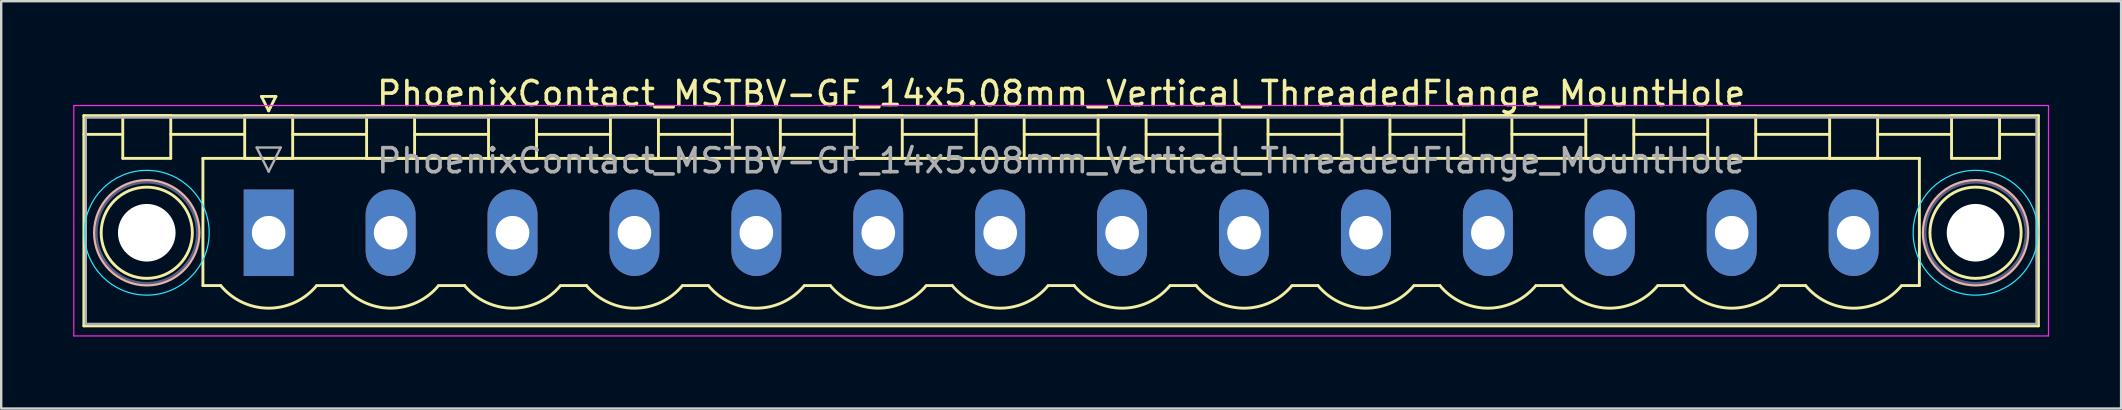
<source format=kicad_pcb>
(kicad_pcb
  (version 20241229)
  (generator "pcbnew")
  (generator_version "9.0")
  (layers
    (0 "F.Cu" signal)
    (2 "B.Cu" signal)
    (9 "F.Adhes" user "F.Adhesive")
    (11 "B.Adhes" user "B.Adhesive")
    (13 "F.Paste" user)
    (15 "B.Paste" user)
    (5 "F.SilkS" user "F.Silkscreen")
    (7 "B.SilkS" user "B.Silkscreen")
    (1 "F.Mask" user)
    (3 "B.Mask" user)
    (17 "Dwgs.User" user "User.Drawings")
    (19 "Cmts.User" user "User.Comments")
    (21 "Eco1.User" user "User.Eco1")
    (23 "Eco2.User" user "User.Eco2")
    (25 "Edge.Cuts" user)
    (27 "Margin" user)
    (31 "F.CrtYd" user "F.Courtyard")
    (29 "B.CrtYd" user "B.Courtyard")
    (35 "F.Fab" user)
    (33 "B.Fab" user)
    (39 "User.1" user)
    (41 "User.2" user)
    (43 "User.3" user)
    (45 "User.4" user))
  (footprint "PhoenixContact_MSTBV-GF_14x5.08mm_Vertical_ThreadedFlange_MountHole"
    (layer "F.Cu")
    (at 8.145 6.648)
    (property "Reference" "PhoenixContact_MSTBV-GF_14x5.08mm_Vertical_ThreadedFlange_MountHole" (at 33.02 -5.8 0) (layer "F.SilkS") (effects (font (size 1 1) (thickness 0.15))))
    (attr through_hole)
    (fp_line (start -7.7 -4.88) (end -7.7 3.88) (stroke (width 0.12) (type solid)) (layer "F.SilkS"))
    (fp_line (start -7.7 -4.1) (end -6.16 -4.1) (stroke (width 0.12) (type solid)) (layer "F.SilkS"))
    (fp_line (start -7.7 3.88) (end 73.74 3.88) (stroke (width 0.12) (type solid)) (layer "F.SilkS"))
    (fp_line (start -6.08 -4.88) (end -4.08 -4.88) (stroke (width 0.12) (type solid)) (layer "F.SilkS"))
    (fp_line (start -6.08 -3.1) (end -6.08 -4.88) (stroke (width 0.12) (type solid)) (layer "F.SilkS"))
    (fp_line (start -4.08 -4.88) (end -4.08 -3.1) (stroke (width 0.12) (type solid)) (layer "F.SilkS"))
    (fp_line (start -4.08 -4.1) (end -1 -4.1) (stroke (width 0.12) (type solid)) (layer "F.SilkS"))
    (fp_line (start -4.08 -3.1) (end -6.08 -3.1) (stroke (width 0.12) (type solid)) (layer "F.SilkS"))
    (fp_line (start -2.74 -3.1) (end 68.78 -3.1) (stroke (width 0.12) (type solid)) (layer "F.SilkS"))
    (fp_line (start -2.74 2.2) (end -2.74 -3.1) (stroke (width 0.12) (type solid)) (layer "F.SilkS"))
    (fp_line (start -2 2.2) (end -2.74 2.2) (stroke (width 0.12) (type solid)) (layer "F.SilkS"))
    (fp_line (start -1 -4.88) (end 1 -4.88) (stroke (width 0.12) (type solid)) (layer "F.SilkS"))
    (fp_line (start -1 -3.1) (end -1 -4.88) (stroke (width 0.12) (type solid)) (layer "F.SilkS"))
    (fp_line (start -0.3 -5.68) (end 0.3 -5.68) (stroke (width 0.12) (type solid)) (layer "F.SilkS"))
    (fp_line (start 0 -5.08) (end -0.3 -5.68) (stroke (width 0.12) (type solid)) (layer "F.SilkS"))
    (fp_line (start 0.3 -5.68) (end 0 -5.08) (stroke (width 0.12) (type solid)) (layer "F.SilkS"))
    (fp_line (start 1 -4.88) (end 1 -3.1) (stroke (width 0.12) (type solid)) (layer "F.SilkS"))
    (fp_line (start 1 -4.1) (end 4.08 -4.1) (stroke (width 0.12) (type solid)) (layer "F.SilkS"))
    (fp_line (start 1 -3.1) (end -1 -3.1) (stroke (width 0.12) (type solid)) (layer "F.SilkS"))
    (fp_line (start 2 2.2) (end 3.08 2.2) (stroke (width 0.12) (type solid)) (layer "F.SilkS"))
    (fp_line (start 4.08 -4.88) (end 6.08 -4.88) (stroke (width 0.12) (type solid)) (layer "F.SilkS"))
    (fp_line (start 4.08 -3.1) (end 4.08 -4.88) (stroke (width 0.12) (type solid)) (layer "F.SilkS"))
    (fp_line (start 6.08 -4.88) (end 6.08 -3.1) (stroke (width 0.12) (type solid)) (layer "F.SilkS"))
    (fp_line (start 6.08 -4.1) (end 9.16 -4.1) (stroke (width 0.12) (type solid)) (layer "F.SilkS"))
    (fp_line (start 6.08 -3.1) (end 4.08 -3.1) (stroke (width 0.12) (type solid)) (layer "F.SilkS"))
    (fp_line (start 7.08 2.2) (end 8.16 2.2) (stroke (width 0.12) (type solid)) (layer "F.SilkS"))
    (fp_line (start 9.16 -4.88) (end 11.16 -4.88) (stroke (width 0.12) (type solid)) (layer "F.SilkS"))
    (fp_line (start 9.16 -3.1) (end 9.16 -4.88) (stroke (width 0.12) (type solid)) (layer "F.SilkS"))
    (fp_line (start 11.16 -4.88) (end 11.16 -3.1) (stroke (width 0.12) (type solid)) (layer "F.SilkS"))
    (fp_line (start 11.16 -4.1) (end 14.24 -4.1) (stroke (width 0.12) (type solid)) (layer "F.SilkS"))
    (fp_line (start 11.16 -3.1) (end 9.16 -3.1) (stroke (width 0.12) (type solid)) (layer "F.SilkS"))
    (fp_line (start 12.16 2.2) (end 13.24 2.2) (stroke (width 0.12) (type solid)) (layer "F.SilkS"))
    (fp_line (start 14.24 -4.88) (end 16.24 -4.88) (stroke (width 0.12) (type solid)) (layer "F.SilkS"))
    (fp_line (start 14.24 -3.1) (end 14.24 -4.88) (stroke (width 0.12) (type solid)) (layer "F.SilkS"))
    (fp_line (start 16.24 -4.88) (end 16.24 -3.1) (stroke (width 0.12) (type solid)) (layer "F.SilkS"))
    (fp_line (start 16.24 -4.1) (end 19.32 -4.1) (stroke (width 0.12) (type solid)) (layer "F.SilkS"))
    (fp_line (start 16.24 -3.1) (end 14.24 -3.1) (stroke (width 0.12) (type solid)) (layer "F.SilkS"))
    (fp_line (start 17.24 2.2) (end 18.32 2.2) (stroke (width 0.12) (type solid)) (layer "F.SilkS"))
    (fp_line (start 19.32 -4.88) (end 21.32 -4.88) (stroke (width 0.12) (type solid)) (layer "F.SilkS"))
    (fp_line (start 19.32 -3.1) (end 19.32 -4.88) (stroke (width 0.12) (type solid)) (layer "F.SilkS"))
    (fp_line (start 21.32 -4.88) (end 21.32 -3.1) (stroke (width 0.12) (type solid)) (layer "F.SilkS"))
    (fp_line (start 21.32 -4.1) (end 24.4 -4.1) (stroke (width 0.12) (type solid)) (layer "F.SilkS"))
    (fp_line (start 21.32 -3.1) (end 19.32 -3.1) (stroke (width 0.12) (type solid)) (layer "F.SilkS"))
    (fp_line (start 22.32 2.2) (end 23.4 2.2) (stroke (width 0.12) (type solid)) (layer "F.SilkS"))
    (fp_line (start 24.4 -4.88) (end 26.4 -4.88) (stroke (width 0.12) (type solid)) (layer "F.SilkS"))
    (fp_line (start 24.4 -3.1) (end 24.4 -4.88) (stroke (width 0.12) (type solid)) (layer "F.SilkS"))
    (fp_line (start 26.4 -4.88) (end 26.4 -3.1) (stroke (width 0.12) (type solid)) (layer "F.SilkS"))
    (fp_line (start 26.4 -4.1) (end 29.48 -4.1) (stroke (width 0.12) (type solid)) (layer "F.SilkS"))
    (fp_line (start 26.4 -3.1) (end 24.4 -3.1) (stroke (width 0.12) (type solid)) (layer "F.SilkS"))
    (fp_line (start 27.4 2.2) (end 28.48 2.2) (stroke (width 0.12) (type solid)) (layer "F.SilkS"))
    (fp_line (start 29.48 -4.88) (end 31.48 -4.88) (stroke (width 0.12) (type solid)) (layer "F.SilkS"))
    (fp_line (start 29.48 -3.1) (end 29.48 -4.88) (stroke (width 0.12) (type solid)) (layer "F.SilkS"))
    (fp_line (start 31.48 -4.88) (end 31.48 -3.1) (stroke (width 0.12) (type solid)) (layer "F.SilkS"))
    (fp_line (start 31.48 -4.1) (end 34.56 -4.1) (stroke (width 0.12) (type solid)) (layer "F.SilkS"))
    (fp_line (start 31.48 -3.1) (end 29.48 -3.1) (stroke (width 0.12) (type solid)) (layer "F.SilkS"))
    (fp_line (start 32.48 2.2) (end 33.56 2.2) (stroke (width 0.12) (type solid)) (layer "F.SilkS"))
    (fp_line (start 34.56 -4.88) (end 36.56 -4.88) (stroke (width 0.12) (type solid)) (layer "F.SilkS"))
    (fp_line (start 34.56 -3.1) (end 34.56 -4.88) (stroke (width 0.12) (type solid)) (layer "F.SilkS"))
    (fp_line (start 36.56 -4.88) (end 36.56 -3.1) (stroke (width 0.12) (type solid)) (layer "F.SilkS"))
    (fp_line (start 36.56 -4.1) (end 39.64 -4.1) (stroke (width 0.12) (type solid)) (layer "F.SilkS"))
    (fp_line (start 36.56 -3.1) (end 34.56 -3.1) (stroke (width 0.12) (type solid)) (layer "F.SilkS"))
    (fp_line (start 37.56 2.2) (end 38.64 2.2) (stroke (width 0.12) (type solid)) (layer "F.SilkS"))
    (fp_line (start 39.64 -4.88) (end 41.64 -4.88) (stroke (width 0.12) (type solid)) (layer "F.SilkS"))
    (fp_line (start 39.64 -3.1) (end 39.64 -4.88) (stroke (width 0.12) (type solid)) (layer "F.SilkS"))
    (fp_line (start 41.64 -4.88) (end 41.64 -3.1) (stroke (width 0.12) (type solid)) (layer "F.SilkS"))
    (fp_line (start 41.64 -4.1) (end 44.72 -4.1) (stroke (width 0.12) (type solid)) (layer "F.SilkS"))
    (fp_line (start 41.64 -3.1) (end 39.64 -3.1) (stroke (width 0.12) (type solid)) (layer "F.SilkS"))
    (fp_line (start 42.64 2.2) (end 43.72 2.2) (stroke (width 0.12) (type solid)) (layer "F.SilkS"))
    (fp_line (start 44.72 -4.88) (end 46.72 -4.88) (stroke (width 0.12) (type solid)) (layer "F.SilkS"))
    (fp_line (start 44.72 -3.1) (end 44.72 -4.88) (stroke (width 0.12) (type solid)) (layer "F.SilkS"))
    (fp_line (start 46.72 -4.88) (end 46.72 -3.1) (stroke (width 0.12) (type solid)) (layer "F.SilkS"))
    (fp_line (start 46.72 -4.1) (end 49.8 -4.1) (stroke (width 0.12) (type solid)) (layer "F.SilkS"))
    (fp_line (start 46.72 -3.1) (end 44.72 -3.1) (stroke (width 0.12) (type solid)) (layer "F.SilkS"))
    (fp_line (start 47.72 2.2) (end 48.8 2.2) (stroke (width 0.12) (type solid)) (layer "F.SilkS"))
    (fp_line (start 49.8 -4.88) (end 51.8 -4.88) (stroke (width 0.12) (type solid)) (layer "F.SilkS"))
    (fp_line (start 49.8 -3.1) (end 49.8 -4.88) (stroke (width 0.12) (type solid)) (layer "F.SilkS"))
    (fp_line (start 51.8 -4.88) (end 51.8 -3.1) (stroke (width 0.12) (type solid)) (layer "F.SilkS"))
    (fp_line (start 51.8 -4.1) (end 54.88 -4.1) (stroke (width 0.12) (type solid)) (layer "F.SilkS"))
    (fp_line (start 51.8 -3.1) (end 49.8 -3.1) (stroke (width 0.12) (type solid)) (layer "F.SilkS"))
    (fp_line (start 52.8 2.2) (end 53.88 2.2) (stroke (width 0.12) (type solid)) (layer "F.SilkS"))
    (fp_line (start 54.88 -4.88) (end 56.88 -4.88) (stroke (width 0.12) (type solid)) (layer "F.SilkS"))
    (fp_line (start 54.88 -3.1) (end 54.88 -4.88) (stroke (width 0.12) (type solid)) (layer "F.SilkS"))
    (fp_line (start 56.88 -4.88) (end 56.88 -3.1) (stroke (width 0.12) (type solid)) (layer "F.SilkS"))
    (fp_line (start 56.88 -4.1) (end 59.96 -4.1) (stroke (width 0.12) (type solid)) (layer "F.SilkS"))
    (fp_line (start 56.88 -3.1) (end 54.88 -3.1) (stroke (width 0.12) (type solid)) (layer "F.SilkS"))
    (fp_line (start 57.88 2.2) (end 58.96 2.2) (stroke (width 0.12) (type solid)) (layer "F.SilkS"))
    (fp_line (start 59.96 -4.88) (end 61.96 -4.88) (stroke (width 0.12) (type solid)) (layer "F.SilkS"))
    (fp_line (start 59.96 -3.1) (end 59.96 -4.88) (stroke (width 0.12) (type solid)) (layer "F.SilkS"))
    (fp_line (start 61.96 -4.88) (end 61.96 -3.1) (stroke (width 0.12) (type solid)) (layer "F.SilkS"))
    (fp_line (start 61.96 -4.1) (end 65.04 -4.1) (stroke (width 0.12) (type solid)) (layer "F.SilkS"))
    (fp_line (start 61.96 -3.1) (end 59.96 -3.1) (stroke (width 0.12) (type solid)) (layer "F.SilkS"))
    (fp_line (start 62.96 2.2) (end 64.04 2.2) (stroke (width 0.12) (type solid)) (layer "F.SilkS"))
    (fp_line (start 65.04 -4.88) (end 67.04 -4.88) (stroke (width 0.12) (type solid)) (layer "F.SilkS"))
    (fp_line (start 65.04 -3.1) (end 65.04 -4.88) (stroke (width 0.12) (type solid)) (layer "F.SilkS"))
    (fp_line (start 67.04 -4.88) (end 67.04 -3.1) (stroke (width 0.12) (type solid)) (layer "F.SilkS"))
    (fp_line (start 67.04 -4.1) (end 70.12 -4.1) (stroke (width 0.12) (type solid)) (layer "F.SilkS"))
    (fp_line (start 67.04 -3.1) (end 65.04 -3.1) (stroke (width 0.12) (type solid)) (layer "F.SilkS"))
    (fp_line (start 68.78 -3.1) (end 68.78 2.2) (stroke (width 0.12) (type solid)) (layer "F.SilkS"))
    (fp_line (start 68.78 2.2) (end 68.04 2.2) (stroke (width 0.12) (type solid)) (layer "F.SilkS"))
    (fp_line (start 70.12 -4.88) (end 72.12 -4.88) (stroke (width 0.12) (type solid)) (layer "F.SilkS"))
    (fp_line (start 70.12 -3.1) (end 70.12 -4.88) (stroke (width 0.12) (type solid)) (layer "F.SilkS"))
    (fp_line (start 72.12 -4.88) (end 72.12 -3.1) (stroke (width 0.12) (type solid)) (layer "F.SilkS"))
    (fp_line (start 72.12 -3.1) (end 70.12 -3.1) (stroke (width 0.12) (type solid)) (layer "F.SilkS"))
    (fp_line (start 73.74 -4.88) (end -7.7 -4.88) (stroke (width 0.12) (type solid)) (layer "F.SilkS"))
    (fp_line (start 73.74 -4.1) (end 72.2 -4.1) (stroke (width 0.12) (type solid)) (layer "F.SilkS"))
    (fp_line (start 73.74 3.88) (end 73.74 -4.88) (stroke (width 0.12) (type solid)) (layer "F.SilkS"))
    (fp_arc (start 1.986842 2.215821) (mid -0.010289 3.142758) (end -2 2.2) (stroke (width 0.12) (type solid)) (layer "F.SilkS"))
    (fp_arc (start 7.066842 2.215821) (mid 5.069711 3.142758) (end 3.08 2.2) (stroke (width 0.12) (type solid)) (layer "F.SilkS"))
    (fp_arc (start 12.146842 2.215821) (mid 10.149711 3.142758) (end 8.16 2.2) (stroke (width 0.12) (type solid)) (layer "F.SilkS"))
    (fp_arc (start 17.226842 2.215821) (mid 15.229711 3.142758) (end 13.24 2.2) (stroke (width 0.12) (type solid)) (layer "F.SilkS"))
    (fp_arc (start 22.306842 2.215821) (mid 20.309711 3.142758) (end 18.32 2.2) (stroke (width 0.12) (type solid)) (layer "F.SilkS"))
    (fp_arc (start 27.386842 2.215821) (mid 25.389711 3.142758) (end 23.4 2.2) (stroke (width 0.12) (type solid)) (layer "F.SilkS"))
    (fp_arc (start 32.466842 2.215821) (mid 30.469711 3.142758) (end 28.48 2.2) (stroke (width 0.12) (type solid)) (layer "F.SilkS"))
    (fp_arc (start 37.546842 2.215821) (mid 35.549711 3.142758) (end 33.56 2.2) (stroke (width 0.12) (type solid)) (layer "F.SilkS"))
    (fp_arc (start 42.626842 2.215821) (mid 40.629711 3.142758) (end 38.64 2.2) (stroke (width 0.12) (type solid)) (layer "F.SilkS"))
    (fp_arc (start 47.706842 2.215821) (mid 45.709711 3.142758) (end 43.72 2.2) (stroke (width 0.12) (type solid)) (layer "F.SilkS"))
    (fp_arc (start 52.786842 2.215821) (mid 50.789711 3.142758) (end 48.8 2.2) (stroke (width 0.12) (type solid)) (layer "F.SilkS"))
    (fp_arc (start 57.866842 2.215821) (mid 55.869711 3.142758) (end 53.88 2.2) (stroke (width 0.12) (type solid)) (layer "F.SilkS"))
    (fp_arc (start 62.946842 2.215821) (mid 60.949711 3.142758) (end 58.96 2.2) (stroke (width 0.12) (type solid)) (layer "F.SilkS"))
    (fp_arc (start 68.026842 2.215821) (mid 66.029711 3.142758) (end 64.04 2.2) (stroke (width 0.12) (type solid)) (layer "F.SilkS"))
    (fp_circle (center -5.08 0) (end -3.18 0) (stroke (width 0.12) (type solid)) (fill no) (layer "F.SilkS"))
    (fp_circle (center 71.12 0) (end 73.02 0) (stroke (width 0.12) (type solid)) (fill no) (layer "F.SilkS"))
    (fp_circle (center -5.08 0) (end -2.9 0) (stroke (width 0.12) (type solid)) (fill no) (layer "B.SilkS"))
    (fp_circle (center 71.12 0) (end 73.3 0) (stroke (width 0.12) (type solid)) (fill no) (layer "B.SilkS"))
    (fp_circle (center -5.08 0) (end -2.48 0) (stroke (width 0.05) (type solid)) (fill no) (layer "B.CrtYd"))
    (fp_circle (center 71.12 0) (end 73.72 0) (stroke (width 0.05) (type solid)) (fill no) (layer "B.CrtYd"))
    (fp_line (start -8.12 -5.3) (end -8.12 4.3) (stroke (width 0.05) (type solid)) (layer "F.CrtYd"))
    (fp_line (start -8.12 4.3) (end 74.16 4.3) (stroke (width 0.05) (type solid)) (layer "F.CrtYd"))
    (fp_line (start 74.16 -5.3) (end -8.12 -5.3) (stroke (width 0.05) (type solid)) (layer "F.CrtYd"))
    (fp_line (start 74.16 4.3) (end 74.16 -5.3) (stroke (width 0.05) (type solid)) (layer "F.CrtYd"))
    (fp_circle (center -5.08 0) (end -2.98 0) (stroke (width 0.1) (type solid)) (fill no) (layer "B.Fab"))
    (fp_circle (center 71.12 0) (end 73.22 0) (stroke (width 0.1) (type solid)) (fill no) (layer "B.Fab"))
    (fp_line (start -7.62 -4.8) (end -7.62 3.8) (stroke (width 0.1) (type solid)) (layer "F.Fab"))
    (fp_line (start -7.62 3.8) (end 73.66 3.8) (stroke (width 0.1) (type solid)) (layer "F.Fab"))
    (fp_line (start -0.5 -3.55) (end 0.5 -3.55) (stroke (width 0.1) (type solid)) (layer "F.Fab"))
    (fp_line (start 0 -2.55) (end -0.5 -3.55) (stroke (width 0.1) (type solid)) (layer "F.Fab"))
    (fp_line (start 0.5 -3.55) (end 0 -2.55) (stroke (width 0.1) (type solid)) (layer "F.Fab"))
    (fp_line (start 73.66 -4.8) (end -7.62 -4.8) (stroke (width 0.1) (type solid)) (layer "F.Fab"))
    (fp_line (start 73.66 3.8) (end 73.66 -4.8) (stroke (width 0.1) (type solid)) (layer "F.Fab"))
    (fp_text user "${REFERENCE}" (at 33.02 -3 0) (layer "F.Fab") (effects (font (size 1 1) (thickness 0.15))))
    (pad "" np_thru_hole circle (at -5.08 0) (size 2.4 2.4) (drill 2.4) (layers "*.Cu" "*.Mask"))
    (pad "" np_thru_hole circle (at 71.12 0) (size 2.4 2.4) (drill 2.4) (layers "*.Cu" "*.Mask"))
    (pad "1" thru_hole rect (at 0 0) (size 2.08 3.6) (drill 1.4) (layers "*.Cu" "*.Mask"))
    (pad "2" thru_hole oval (at 5.08 0) (size 2.08 3.6) (drill 1.4) (layers "*.Cu" "*.Mask"))
    (pad "3" thru_hole oval (at 10.16 0) (size 2.08 3.6) (drill 1.4) (layers "*.Cu" "*.Mask"))
    (pad "4" thru_hole oval (at 15.24 0) (size 2.08 3.6) (drill 1.4) (layers "*.Cu" "*.Mask"))
    (pad "5" thru_hole oval (at 20.32 0) (size 2.08 3.6) (drill 1.4) (layers "*.Cu" "*.Mask"))
    (pad "6" thru_hole oval (at 25.4 0) (size 2.08 3.6) (drill 1.4) (layers "*.Cu" "*.Mask"))
    (pad "7" thru_hole oval (at 30.48 0) (size 2.08 3.6) (drill 1.4) (layers "*.Cu" "*.Mask"))
    (pad "8" thru_hole oval (at 35.56 0) (size 2.08 3.6) (drill 1.4) (layers "*.Cu" "*.Mask"))
    (pad "9" thru_hole oval (at 40.64 0) (size 2.08 3.6) (drill 1.4) (layers "*.Cu" "*.Mask"))
    (pad "10" thru_hole oval (at 45.72 0) (size 2.08 3.6) (drill 1.4) (layers "*.Cu" "*.Mask"))
    (pad "11" thru_hole oval (at 50.8 0) (size 2.08 3.6) (drill 1.4) (layers "*.Cu" "*.Mask"))
    (pad "12" thru_hole oval (at 55.88 0) (size 2.08 3.6) (drill 1.4) (layers "*.Cu" "*.Mask"))
    (pad "13" thru_hole oval (at 60.96 0) (size 2.08 3.6) (drill 1.4) (layers "*.Cu" "*.Mask"))
    (pad "14" thru_hole oval (at 66.04 0) (size 2.08 3.6) (drill 1.4) (layers "*.Cu" "*.Mask")))
  (gr_rect
    (start -3 -3)
    (end 85.33 13.973)
    (stroke (width 0.1) (type default))
    (fill no)
    (layer "Edge.Cuts")))
</source>
